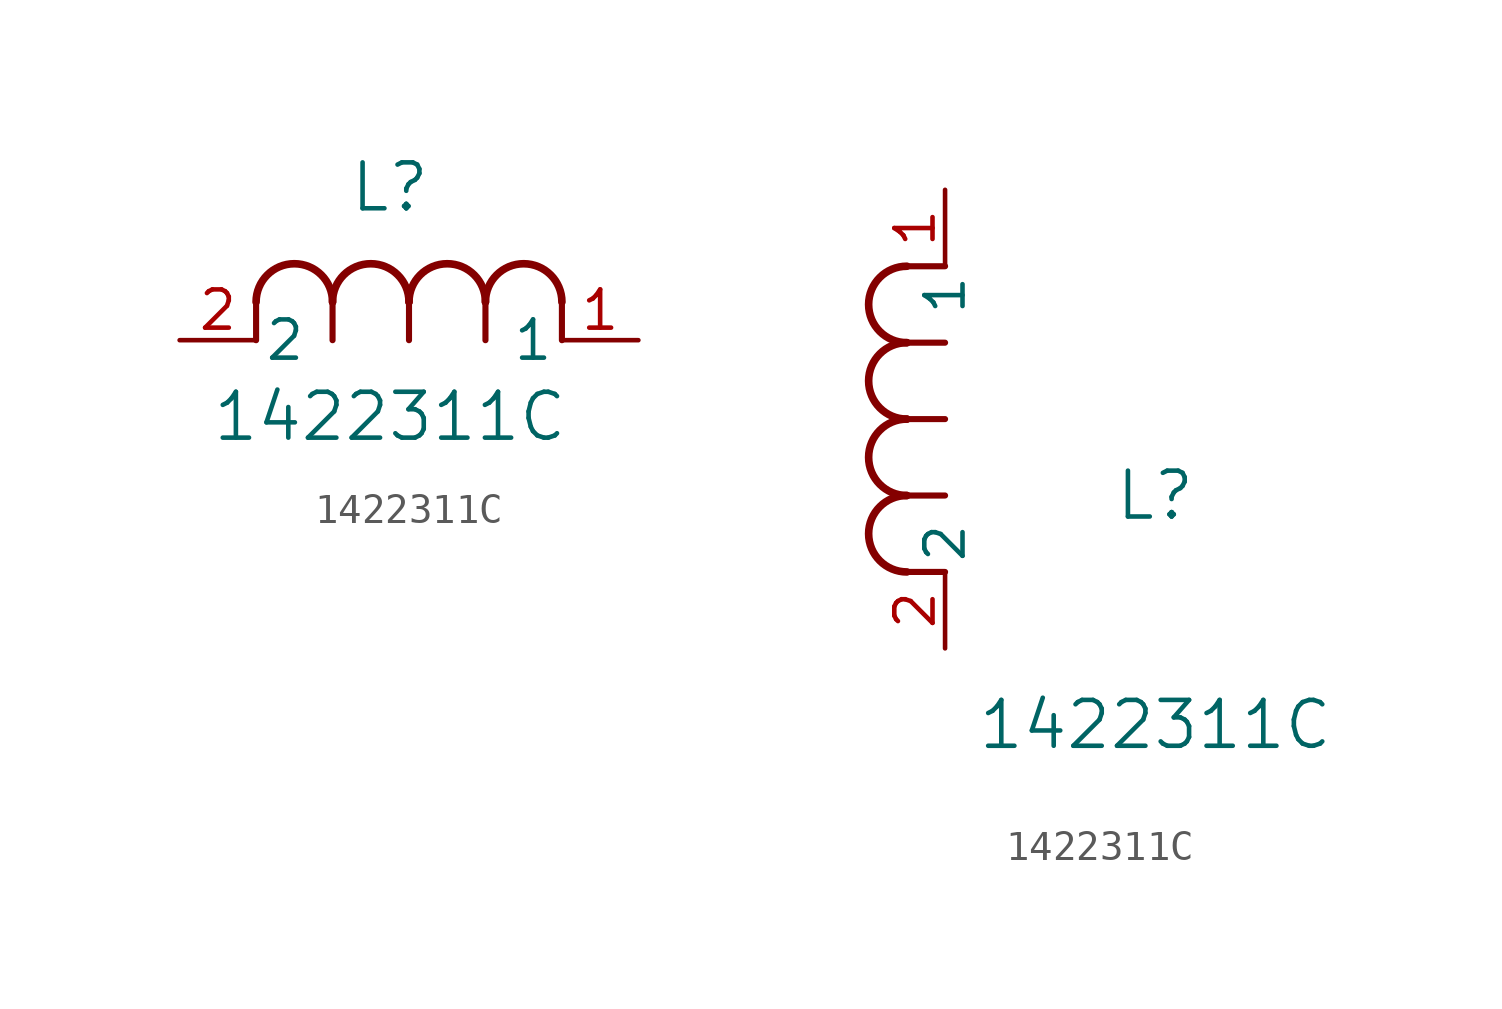
<source format=kicad_sym>
(kicad_symbol_lib
  (version 20211014)
  (generator kicad_symbol_editor)
  (symbol "1422311C"
    (pin_names
      (offset 0.254))
    (property "Reference" "L"
      (at 6.985 5.08 0)
      (effects (font (size 1.524 1.524))))
    (property "Value" "1422311C"
      (at 6.985 -2.54 0)
      (effects (font (size 1.524 1.524))))
    (symbol "1422311C_1_1"
      (arc (start 7.62 1.27) (mid 6.35 2.54) (end 5.08 1.27) (stroke (width 0.254) (type default) (color 0 0 0 0)) (fill (type none)))
      (polyline (pts (xy 5.08 0) (xy 5.08 1.27)) (stroke (width 0.203) (type default) (color 0 0 0 0)) (fill (type none)))
      (polyline (pts (xy 7.62 0) (xy 7.62 1.27)) (stroke (width 0.203) (type default) (color 0 0 0 0)) (fill (type none)))
      (polyline (pts (xy 12.7 0) (xy 12.7 1.27)) (stroke (width 0.203) (type default) (color 0 0 0 0)) (fill (type none)))
      (arc (start 5.08 1.27) (mid 3.81 2.54) (end 2.54 1.27) (stroke (width 0.254) (type default) (color 0 0 0 0)) (fill (type none)))
      (arc (start 10.16 1.27) (mid 8.89 2.54) (end 7.62 1.27) (stroke (width 0.254) (type default) (color 0 0 0 0)) (fill (type none)))
      (arc (start 12.7 1.27) (mid 11.43 2.54) (end 10.16 1.27) (stroke (width 0.254) (type default) (color 0 0 0 0)) (fill (type none)))
      (polyline (pts (xy 2.54 0) (xy 2.54 1.27)) (stroke (width 0.203) (type default) (color 0 0 0 0)) (fill (type none)))
      (polyline (pts (xy 10.16 0) (xy 10.16 1.27)) (stroke (width 0.203) (type default) (color 0 0 0 0)) (fill (type none)))
      (pin unspecified line (at 0 0 0) (length 2.54) (name "2" (effects (font (size 1.27 1.27)))) (number "2" (effects (font (size 1.27 1.27)))))
      (pin unspecified line (at 15.24 0 180) (length 2.54) (name "1" (effects (font (size 1.27 1.27)))) (number "1" (effects (font (size 1.27 1.27))))))
    (symbol "1422311C_1_2"
      (arc (start -1.27 7.62) (mid -2.54 6.35) (end -1.27 5.08) (stroke (width 0.254) (type default) (color 0 0 0 0)) (fill (type none)))
      (arc (start -1.27 5.08) (mid -2.54 3.81) (end -1.27 2.54) (stroke (width 0.254) (type default) (color 0 0 0 0)) (fill (type none)))
      (arc (start -1.27 12.7) (mid -2.54 11.43) (end -1.27 10.16) (stroke (width 0.254) (type default) (color 0 0 0 0)) (fill (type none)))
      (arc (start -1.27 10.16) (mid -2.54 8.89) (end -1.27 7.62) (stroke (width 0.254) (type default) (color 0 0 0 0)) (fill (type none)))
      (polyline (pts (xy 0 7.62) (xy -1.27 7.62)) (stroke (width 0.203) (type default) (color 0 0 0 0)) (fill (type none)))
      (polyline (pts (xy 0 5.08) (xy -1.27 5.08)) (stroke (width 0.203) (type default) (color 0 0 0 0)) (fill (type none)))
      (polyline (pts (xy 0 12.7) (xy -1.27 12.7)) (stroke (width 0.203) (type default) (color 0 0 0 0)) (fill (type none)))
      (polyline (pts (xy 0 2.54) (xy -1.27 2.54)) (stroke (width 0.203) (type default) (color 0 0 0 0)) (fill (type none)))
      (polyline (pts (xy 0 10.16) (xy -1.27 10.16)) (stroke (width 0.203) (type default) (color 0 0 0 0)) (fill (type none)))
      (pin unspecified line (at 0 0 90) (length 2.54) (name "2" (effects (font (size 1.27 1.27)))) (number "2" (effects (font (size 1.27 1.27)))))
      (pin unspecified line (at 0 15.24 270) (length 2.54) (name "1" (effects (font (size 1.27 1.27)))) (number "1" (effects (font (size 1.27 1.27))))))))
</source>
